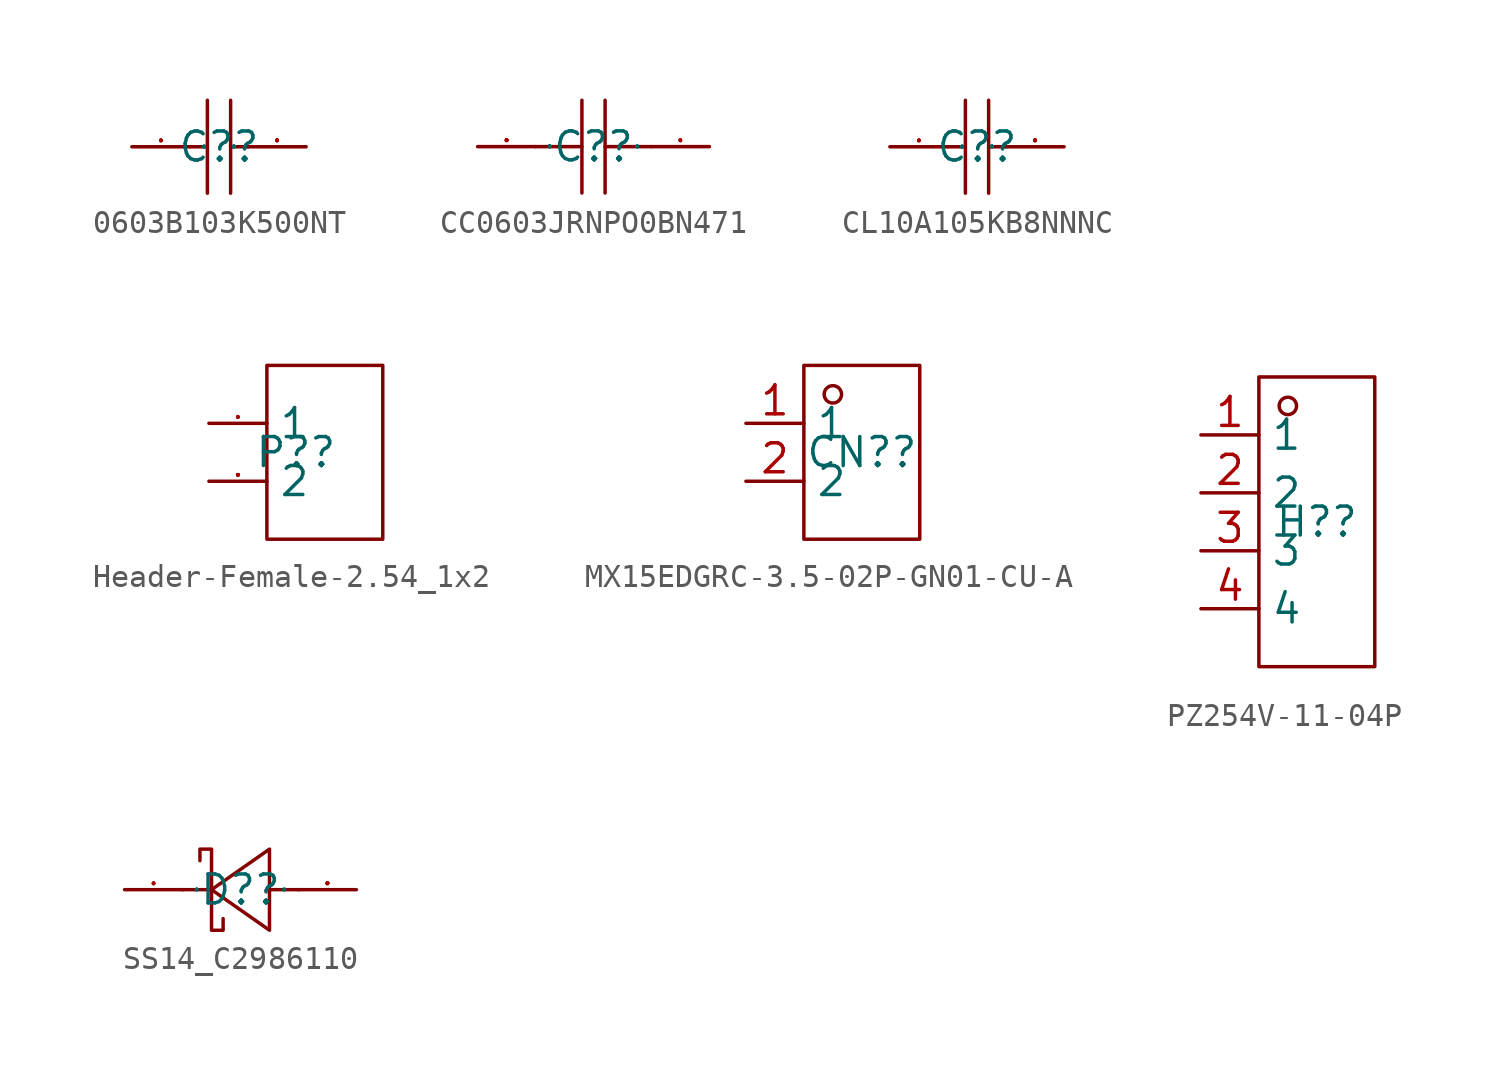
<source format=kicad_sym>
(kicad_symbol_lib
  (version 20231120)
  (generator "kicad_symbol_editor")
  (generator_version "8.0")
  (symbol "0603B103K500NT"
    (property "Reference" "C?"
      (at 0 0 0)
      (effects (font (size 1.27 1.27))))
    (property "Value" ""
      (at 0 0 0)
      (effects (font (size 1.27 1.27))))
    (symbol "0603B103K500NT_1_0"
      (polyline (pts (xy -1.27 0) (xy -0.508 0)) (stroke (width 0) (type default)) (fill (type none)))
      (polyline (pts (xy -0.508 2.032) (xy -0.508 -2.032)) (stroke (width 0) (type default)) (fill (type none)))
      (polyline (pts (xy 0.508 0) (xy 1.27 0)) (stroke (width 0) (type default)) (fill (type none)))
      (polyline (pts (xy 0.508 2.032) (xy 0.508 -2.032)) (stroke (width 0) (type default)) (fill (type none)))
      (pin input line (at -3.81 0 0) (length 2.54) (name "1" (effects (font (size 0.025 0.025)))) (number "1" (effects (font (size 0.025 0.025)))))
      (pin input line (at 3.81 0 180) (length 2.54) (name "2" (effects (font (size 0.025 0.025)))) (number "2" (effects (font (size 0.025 0.025)))))))
  (symbol "CC0603JRNPO0BN471"
    (property "Reference" "C?"
      (at 0 0 0)
      (effects (font (size 1.27 1.27))))
    (property "Value" ""
      (at 0 0 0)
      (effects (font (size 1.27 1.27))))
    (symbol "CC0603JRNPO0BN471_1_0"
      (polyline (pts (xy -2.54 0) (xy -0.508 0)) (stroke (width 0) (type default)) (fill (type none)))
      (polyline (pts (xy -0.508 -2.032) (xy -0.508 2.032)) (stroke (width 0) (type default)) (fill (type none)))
      (polyline (pts (xy 0.508 0) (xy 2.54 0)) (stroke (width 0) (type default)) (fill (type none)))
      (polyline (pts (xy 0.508 2.032) (xy 0.508 -2.032)) (stroke (width 0) (type default)) (fill (type none)))
      (pin unspecified line (at 5.08 0 180) (length 2.54) (name "1" (effects (font (size 0.025 0.025)))) (number "1" (effects (font (size 0.025 0.025)))))
      (pin unspecified line (at -5.08 0 0) (length 2.54) (name "2" (effects (font (size 0.025 0.025)))) (number "2" (effects (font (size 0.025 0.025)))))))
  (symbol "CL10A105KB8NNNC"
    (property "Reference" "C?"
      (at 0 0 0)
      (effects (font (size 1.27 1.27))))
    (property "Value" ""
      (at 0 0 0)
      (effects (font (size 1.27 1.27))))
    (symbol "CL10A105KB8NNNC_1_0"
      (polyline (pts (xy -1.27 0) (xy -0.508 0)) (stroke (width 0) (type default)) (fill (type none)))
      (polyline (pts (xy -0.508 2.032) (xy -0.508 -2.032)) (stroke (width 0) (type default)) (fill (type none)))
      (polyline (pts (xy 0.508 0) (xy 1.27 0)) (stroke (width 0) (type default)) (fill (type none)))
      (polyline (pts (xy 0.508 2.032) (xy 0.508 -2.032)) (stroke (width 0) (type default)) (fill (type none)))
      (pin input line (at -3.81 0 0) (length 2.54) (name "1" (effects (font (size 0.025 0.025)))) (number "1" (effects (font (size 0.025 0.025)))))
      (pin input line (at 3.81 0 180) (length 2.54) (name "2" (effects (font (size 0.025 0.025)))) (number "2" (effects (font (size 0.025 0.025)))))))
  (symbol "Header-Female-2.54_1x2"
    (property "Reference" "P?"
      (at 0 0 0)
      (effects (font (size 1.27 1.27))))
    (property "Value" ""
      (at 0 0 0)
      (effects (font (size 1.27 1.27))))
    (symbol "Header-Female-2.54_1x2_1_0"
      (rectangle (start -1.27 -3.81) (end 3.81 3.81) (stroke (width 0) (type default)) (fill (type none)))
      (pin input line (at -3.81 1.27 0) (length 2.54) (name "1" (effects (font (size 1.27 1.27)))) (number "1" (effects (font (size 0.025 0.025)))))
      (pin input line (at -3.81 -1.27 0) (length 2.54) (name "2" (effects (font (size 1.27 1.27)))) (number "2" (effects (font (size 0.025 0.025)))))))
  (symbol "MX15EDGRC-3.5-02P-GN01-CU-A"
    (property "Reference" "CN?"
      (at 0 0 0)
      (effects (font (size 1.27 1.27))))
    (property "Value" ""
      (at 0 0 0)
      (effects (font (size 1.27 1.27))))
    (symbol "MX15EDGRC-3.5-02P-GN01-CU-A_1_0"
      (rectangle (start -2.54 -3.81) (end 2.54 3.81) (stroke (width 0) (type default)) (fill (type none)))
      (circle (center -1.27 2.54) (radius 0.381) (stroke (width 0) (type default)) (fill (type none)))
      (pin unspecified line (at -5.08 1.27 0) (length 2.54) (name "1" (effects (font (size 1.27 1.27)))) (number "1" (effects (font (size 1.27 1.27)))))
      (pin unspecified line (at -5.08 -1.27 0) (length 2.54) (name "2" (effects (font (size 1.27 1.27)))) (number "2" (effects (font (size 1.27 1.27)))))))
  (symbol "PZ254V-11-04P"
    (property "Reference" "H?"
      (at 0 0 0)
      (effects (font (size 1.27 1.27))))
    (property "Value" ""
      (at 0 0 0)
      (effects (font (size 1.27 1.27))))
    (symbol "PZ254V-11-04P_1_0"
      (rectangle (start -2.54 -6.35) (end 2.54 6.35) (stroke (width 0) (type default)) (fill (type none)))
      (circle (center -1.27 5.08) (radius 0.381) (stroke (width 0) (type default)) (fill (type none)))
      (pin input line (at -5.08 3.81 0) (length 2.54) (name "1" (effects (font (size 1.27 1.27)))) (number "1" (effects (font (size 1.27 1.27)))))
      (pin input line (at -5.08 1.27 0) (length 2.54) (name "2" (effects (font (size 1.27 1.27)))) (number "2" (effects (font (size 1.27 1.27)))))
      (pin input line (at -5.08 -1.27 0) (length 2.54) (name "3" (effects (font (size 1.27 1.27)))) (number "3" (effects (font (size 1.27 1.27)))))
      (pin input line (at -5.08 -3.81 0) (length 2.54) (name "4" (effects (font (size 1.27 1.27)))) (number "4" (effects (font (size 1.27 1.27)))))))
  (symbol "SS14_C2986110"
    (property "Reference" "D?"
      (at 0 0 0)
      (effects (font (size 1.27 1.27))))
    (property "Value" ""
      (at 0 0 0)
      (effects (font (size 1.27 1.27))))
    (symbol "SS14_C2986110_1_0"
      (polyline (pts (xy -1.27 0) (xy -2.54 0)) (stroke (width 0) (type default)) (fill (type none)))
      (polyline (pts (xy 2.54 0) (xy 1.27 0)) (stroke (width 0) (type default)) (fill (type none)))
      (polyline (pts (xy 1.27 1.778) (xy -1.27 0) (xy -1.27 0) (xy 1.27 -1.778) (xy 1.27 -1.778) (xy 1.27 1.778)) (stroke (width 0) (type default)) (fill (type none)))
      (polyline (pts (xy -1.778 1.27) (xy -1.778 1.778) (xy -1.778 1.778) (xy -1.27 1.778) (xy -1.27 1.778) (xy -1.27 -1.778) (xy -1.27 -1.778) (xy -0.762 -1.778) (xy -0.762 -1.778) (xy -0.762 -1.27)) (stroke (width 0) (type default)) (fill (type none)))
      (pin unspecified line (at -5.08 0 0) (length 2.54) (name "K" (effects (font (size 0.025 0.025)))) (number "1" (effects (font (size 0.025 0.025)))))
      (pin unspecified line (at 5.08 0 180) (length 2.54) (name "A" (effects (font (size 0.025 0.025)))) (number "2" (effects (font (size 0.025 0.025))))))))
</source>
